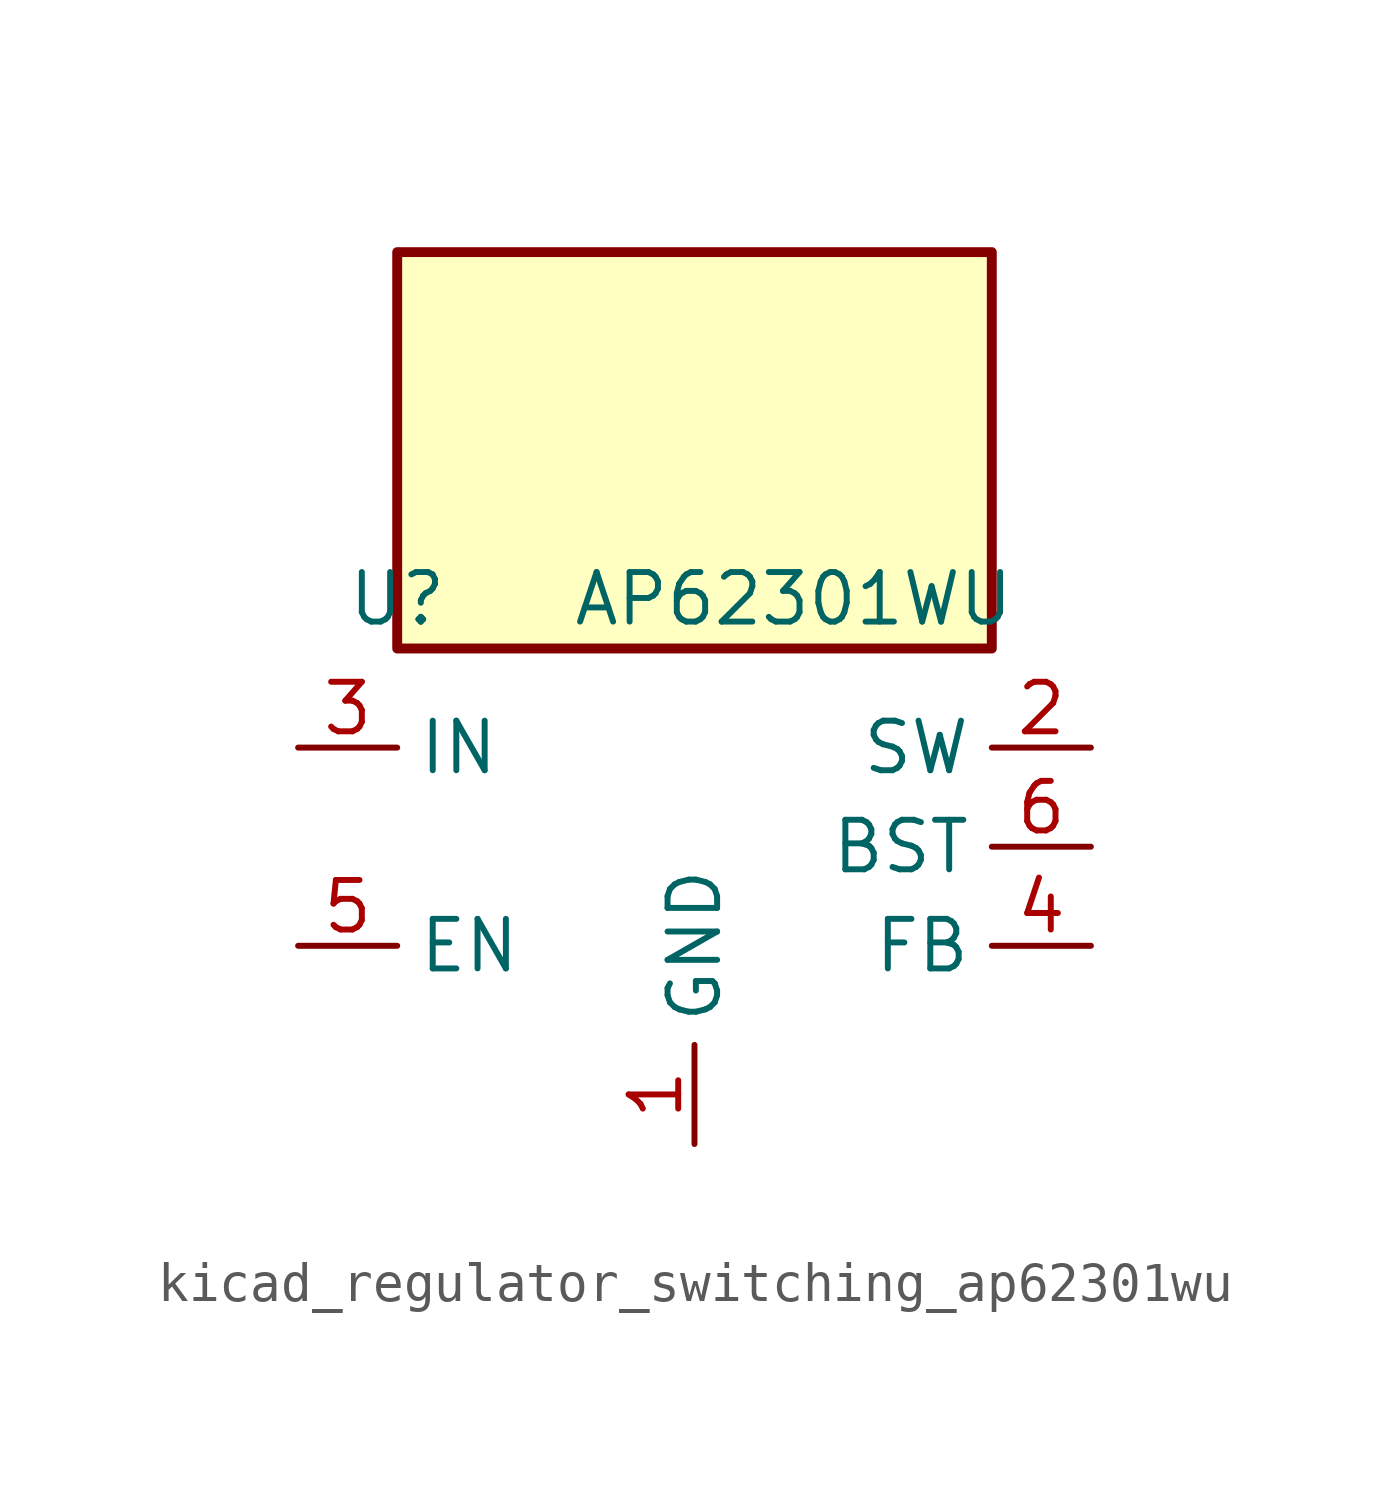
<source format=kicad_sym>
(kicad_symbol_lib
  (version 20220914)
  (generator kicad_symbol_editor)
  (symbol "kicad_regulator_switching_ap62301wu"
    (property "Reference" "U"
      (at -7.62 6.35 0)
      (effects (font (size 1.27 1.27))))
    (property "Value" "AP62301WU"
      (at 2.54 6.35 0)
      (effects (font (size 1.27 1.27))))
    (symbol "kicad_regulator_switching_ap62301wu_0_1"
      (rectangle (start 7.62 15.24) (end -7.62 5.08) (stroke (width 0.254) (type default)) (fill (type background))))
    (symbol "kicad_regulator_switching_ap62301wu_1_1"
      (pin power_in line (at 0 -7.62 90) (length 2.54) (name "GND" (effects (font (size 1.27 1.27)))) (number "1" (effects (font (size 1.27 1.27)))))
      (pin output line (at 10.16 2.54 180) (length 2.54) (name "SW" (effects (font (size 1.27 1.27)))) (number "2" (effects (font (size 1.27 1.27)))))
      (pin power_in line (at -10.16 2.54 0) (length 2.54) (name "IN" (effects (font (size 1.27 1.27)))) (number "3" (effects (font (size 1.27 1.27)))))
      (pin input line (at 10.16 -2.54 180) (length 2.54) (name "FB" (effects (font (size 1.27 1.27)))) (number "4" (effects (font (size 1.27 1.27)))))
      (pin input line (at -10.16 -2.54 0) (length 2.54) (name "EN" (effects (font (size 1.27 1.27)))) (number "5" (effects (font (size 1.27 1.27)))))
      (pin passive line (at 10.16 0 180) (length 2.54) (name "BST" (effects (font (size 1.27 1.27)))) (number "6" (effects (font (size 1.27 1.27))))))))
</source>
